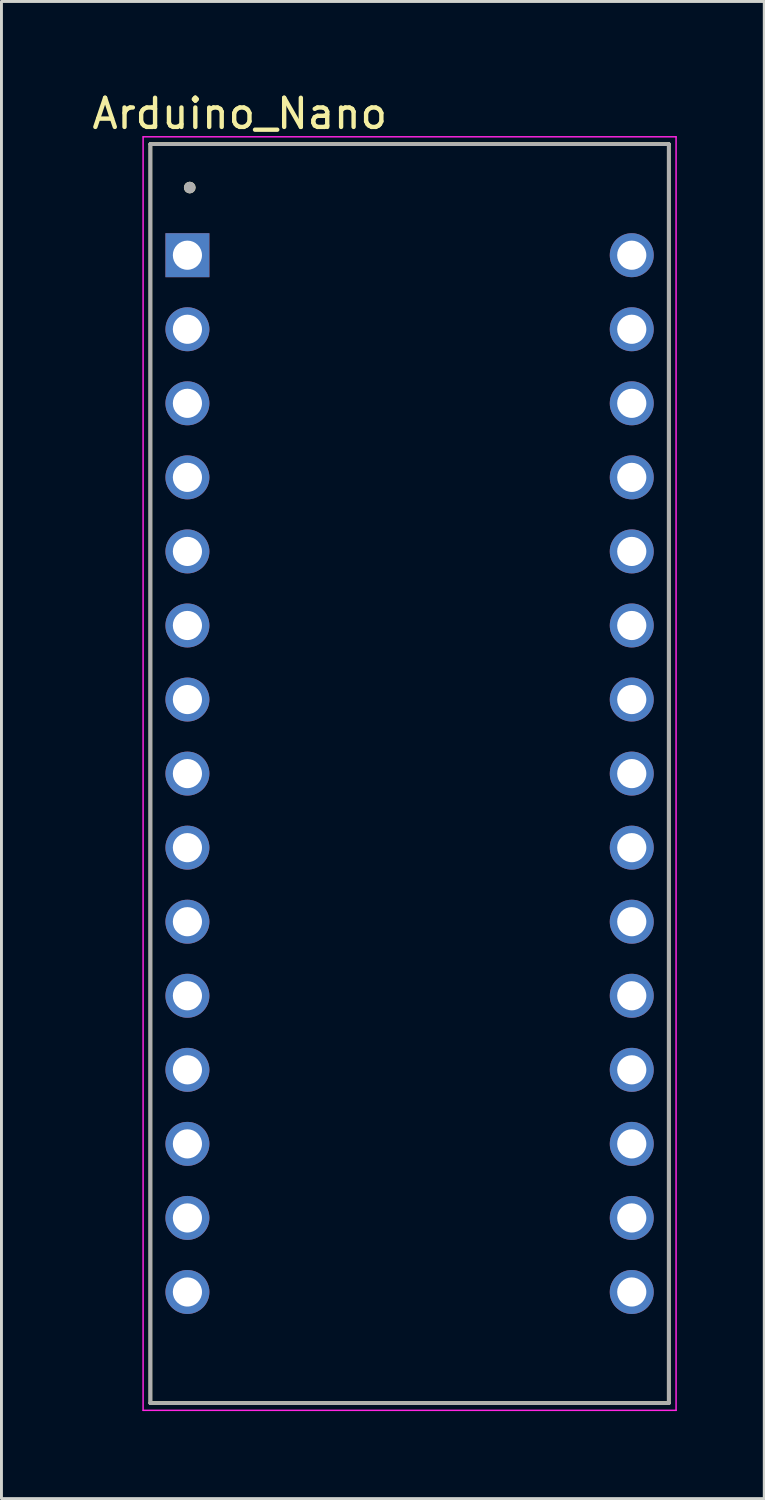
<source format=kicad_pcb>
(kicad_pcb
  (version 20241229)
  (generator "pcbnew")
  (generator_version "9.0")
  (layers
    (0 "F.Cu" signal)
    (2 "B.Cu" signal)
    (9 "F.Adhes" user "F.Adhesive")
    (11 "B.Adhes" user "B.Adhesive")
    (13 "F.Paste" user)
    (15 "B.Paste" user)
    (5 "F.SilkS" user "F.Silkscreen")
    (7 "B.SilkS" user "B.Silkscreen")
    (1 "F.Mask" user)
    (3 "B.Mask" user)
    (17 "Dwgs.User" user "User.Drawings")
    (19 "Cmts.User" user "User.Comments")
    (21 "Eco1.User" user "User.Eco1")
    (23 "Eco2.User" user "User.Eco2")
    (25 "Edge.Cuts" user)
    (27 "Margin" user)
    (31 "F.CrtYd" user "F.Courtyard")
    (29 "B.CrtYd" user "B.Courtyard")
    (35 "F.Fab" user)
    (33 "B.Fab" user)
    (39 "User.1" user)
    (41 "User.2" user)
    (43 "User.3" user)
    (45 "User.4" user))
  (footprint "Arduino_Nano"
    (layer "F.Cu")
    (at 10.998 23.483)
    (property "Reference" "Arduino_Nano" (at -5.825 -22.635 0) (layer "F.SilkS") (effects (font (size 1 1) (thickness 0.15))))
    (attr through_hole)
    (fp_line (start -8.89 -21.59) (end 8.89 -21.59) (stroke (width 0.127) (type solid)) (layer "F.SilkS"))
    (fp_line (start -8.89 21.59) (end -8.89 -21.59) (stroke (width 0.127) (type solid)) (layer "F.SilkS"))
    (fp_line (start 8.89 -21.59) (end 8.89 21.59) (stroke (width 0.127) (type solid)) (layer "F.SilkS"))
    (fp_line (start 8.89 21.59) (end -8.89 21.59) (stroke (width 0.127) (type solid)) (layer "F.SilkS"))
    (fp_circle (center -7.54 -20.1) (end -7.44 -20.1) (stroke (width 0.2) (type solid)) (fill no) (layer "F.SilkS"))
    (fp_line (start -9.14 -21.84) (end 9.14 -21.84) (stroke (width 0.05) (type solid)) (layer "F.CrtYd"))
    (fp_line (start -9.14 21.84) (end -9.14 -21.84) (stroke (width 0.05) (type solid)) (layer "F.CrtYd"))
    (fp_line (start 9.14 -21.84) (end 9.14 21.84) (stroke (width 0.05) (type solid)) (layer "F.CrtYd"))
    (fp_line (start 9.14 21.84) (end -9.14 21.84) (stroke (width 0.05) (type solid)) (layer "F.CrtYd"))
    (fp_line (start -8.89 -21.59) (end 8.89 -21.59) (stroke (width 0.127) (type solid)) (layer "F.Fab"))
    (fp_line (start -8.89 21.59) (end -8.89 -21.59) (stroke (width 0.127) (type solid)) (layer "F.Fab"))
    (fp_line (start 8.89 -21.59) (end 8.89 21.59) (stroke (width 0.127) (type solid)) (layer "F.Fab"))
    (fp_line (start 8.89 21.59) (end -8.89 21.59) (stroke (width 0.127) (type solid)) (layer "F.Fab"))
    (fp_circle (center -7.54 -20.1) (end -7.44 -20.1) (stroke (width 0.2) (type solid)) (fill no) (layer "F.Fab"))
    (pad "1" thru_hole rect (at -7.62 -17.78) (size 1.508 1.508) (drill 1) (layers "*.Cu" "*.Mask"))
    (pad "2" thru_hole circle (at -7.62 -15.24) (size 1.508 1.508) (drill 1) (layers "*.Cu" "*.Mask"))
    (pad "3" thru_hole circle (at -7.62 -12.7) (size 1.508 1.508) (drill 1) (layers "*.Cu" "*.Mask"))
    (pad "4" thru_hole circle (at -7.62 -10.16) (size 1.508 1.508) (drill 1) (layers "*.Cu" "*.Mask"))
    (pad "5" thru_hole circle (at -7.62 -7.62) (size 1.508 1.508) (drill 1) (layers "*.Cu" "*.Mask"))
    (pad "6" thru_hole circle (at -7.62 -5.08) (size 1.508 1.508) (drill 1) (layers "*.Cu" "*.Mask"))
    (pad "7" thru_hole circle (at -7.62 -2.54) (size 1.508 1.508) (drill 1) (layers "*.Cu" "*.Mask"))
    (pad "8" thru_hole circle (at -7.62 0) (size 1.508 1.508) (drill 1) (layers "*.Cu" "*.Mask"))
    (pad "9" thru_hole circle (at -7.62 2.54) (size 1.508 1.508) (drill 1) (layers "*.Cu" "*.Mask"))
    (pad "10" thru_hole circle (at -7.62 5.08) (size 1.508 1.508) (drill 1) (layers "*.Cu" "*.Mask"))
    (pad "11" thru_hole circle (at -7.62 7.62) (size 1.508 1.508) (drill 1) (layers "*.Cu" "*.Mask"))
    (pad "12" thru_hole circle (at -7.62 10.16) (size 1.508 1.508) (drill 1) (layers "*.Cu" "*.Mask"))
    (pad "13" thru_hole circle (at -7.62 12.7) (size 1.508 1.508) (drill 1) (layers "*.Cu" "*.Mask"))
    (pad "14" thru_hole circle (at -7.62 15.24) (size 1.508 1.508) (drill 1) (layers "*.Cu" "*.Mask"))
    (pad "15" thru_hole circle (at -7.62 17.78) (size 1.508 1.508) (drill 1) (layers "*.Cu" "*.Mask"))
    (pad "16" thru_hole circle (at 7.62 17.78) (size 1.508 1.508) (drill 1) (layers "*.Cu" "*.Mask"))
    (pad "17" thru_hole circle (at 7.62 15.24) (size 1.508 1.508) (drill 1) (layers "*.Cu" "*.Mask"))
    (pad "18" thru_hole circle (at 7.62 12.7) (size 1.508 1.508) (drill 1) (layers "*.Cu" "*.Mask"))
    (pad "19" thru_hole circle (at 7.62 10.16) (size 1.508 1.508) (drill 1) (layers "*.Cu" "*.Mask"))
    (pad "20" thru_hole circle (at 7.62 7.62) (size 1.508 1.508) (drill 1) (layers "*.Cu" "*.Mask"))
    (pad "21" thru_hole circle (at 7.62 5.08) (size 1.508 1.508) (drill 1) (layers "*.Cu" "*.Mask"))
    (pad "22" thru_hole circle (at 7.62 2.54) (size 1.508 1.508) (drill 1) (layers "*.Cu" "*.Mask"))
    (pad "23" thru_hole circle (at 7.62 0) (size 1.508 1.508) (drill 1) (layers "*.Cu" "*.Mask"))
    (pad "24" thru_hole circle (at 7.62 -2.54) (size 1.508 1.508) (drill 1) (layers "*.Cu" "*.Mask"))
    (pad "25" thru_hole circle (at 7.62 -5.08) (size 1.508 1.508) (drill 1) (layers "*.Cu" "*.Mask"))
    (pad "26" thru_hole circle (at 7.62 -7.62) (size 1.508 1.508) (drill 1) (layers "*.Cu" "*.Mask"))
    (pad "27" thru_hole circle (at 7.62 -10.16) (size 1.508 1.508) (drill 1) (layers "*.Cu" "*.Mask"))
    (pad "28" thru_hole circle (at 7.62 -12.7) (size 1.508 1.508) (drill 1) (layers "*.Cu" "*.Mask"))
    (pad "29" thru_hole circle (at 7.62 -15.24) (size 1.508 1.508) (drill 1) (layers "*.Cu" "*.Mask"))
    (pad "30" thru_hole circle (at 7.62 -17.78) (size 1.508 1.508) (drill 1) (layers "*.Cu" "*.Mask")))
  (gr_rect
    (start -3 -3)
    (end 23.163 48.348)
    (stroke (width 0.1) (type default))
    (fill no)
    (layer "Edge.Cuts")))
</source>
